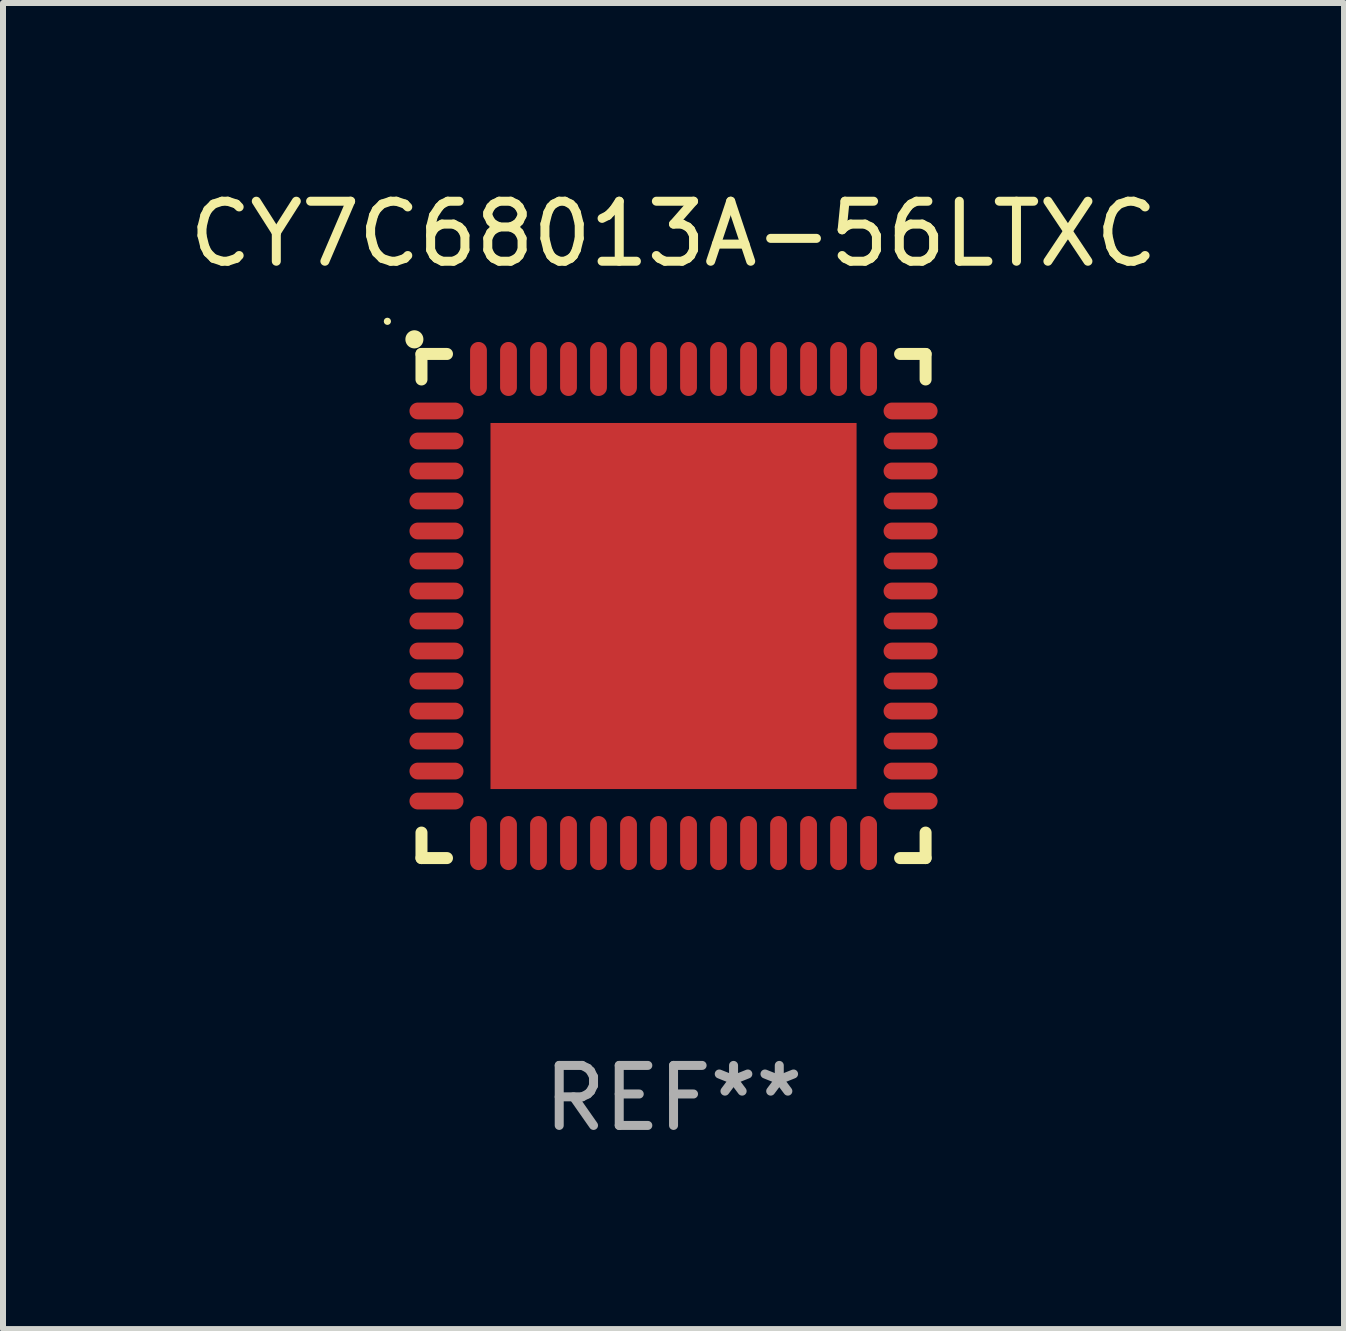
<source format=kicad_pcb>
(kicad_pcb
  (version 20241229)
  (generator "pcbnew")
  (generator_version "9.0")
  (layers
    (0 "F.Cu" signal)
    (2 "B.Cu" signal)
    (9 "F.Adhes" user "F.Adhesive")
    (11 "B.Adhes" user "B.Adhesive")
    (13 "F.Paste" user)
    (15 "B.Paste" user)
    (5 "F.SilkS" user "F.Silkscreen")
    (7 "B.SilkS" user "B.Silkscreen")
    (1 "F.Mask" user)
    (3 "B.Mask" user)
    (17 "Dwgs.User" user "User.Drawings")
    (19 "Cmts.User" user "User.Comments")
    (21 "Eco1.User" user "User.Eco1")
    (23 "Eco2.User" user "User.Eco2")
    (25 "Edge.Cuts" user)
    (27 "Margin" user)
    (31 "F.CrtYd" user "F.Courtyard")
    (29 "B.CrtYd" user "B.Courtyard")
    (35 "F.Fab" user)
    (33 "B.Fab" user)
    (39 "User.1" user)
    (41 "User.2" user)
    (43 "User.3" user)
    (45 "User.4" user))
  (footprint "CY7C68013A-56LTXC"
    (layer "F.Cu")
    (at 8.173 7.048)
    (property "Reference" "CY7C68013A-56LTXC" (at 0 -6.2 0) (layer "F.SilkS") (effects (font (size 1 1) (thickness 0.15))))
    (attr through_hole)
    (fp_line (start -4.2 -4.2) (end -3.775 -4.2) (stroke (width 0.2) (type solid)) (layer "F.SilkS"))
    (fp_line (start -4.2 -3.775) (end -4.2 -4.2) (stroke (width 0.2) (type solid)) (layer "F.SilkS"))
    (fp_line (start -4.2 3.775) (end -4.2 4.2) (stroke (width 0.2) (type solid)) (layer "F.SilkS"))
    (fp_line (start -4.2 4.2) (end -3.775 4.2) (stroke (width 0.2) (type solid)) (layer "F.SilkS"))
    (fp_line (start 3.775 4.2) (end 4.2 4.2) (stroke (width 0.2) (type solid)) (layer "F.SilkS"))
    (fp_line (start 4.2 -4.2) (end 3.775 -4.2) (stroke (width 0.2) (type solid)) (layer "F.SilkS"))
    (fp_line (start 4.2 -3.775) (end 4.2 -4.2) (stroke (width 0.2) (type solid)) (layer "F.SilkS"))
    (fp_line (start 4.2 4.2) (end 4.2 3.775) (stroke (width 0.2) (type solid)) (layer "F.SilkS"))
    (fp_arc (start -4.318009 -4.442469) (mid -4.318014 -4.443739) (end -4.318009 -4.445009) (stroke (width 0.3) (type solid)) (layer "F.SilkS"))
    (fp_circle (center -4.768 -4.744) (end -4.738 -4.744) (stroke (width 0.06) (type solid)) (fill no) (layer "F.SilkS"))
    (fp_text user "REF**" (at 0 8.2 0) (layer "F.Fab") (effects (font (size 1 1) (thickness 0.15))))
    (pad "1" smd oval (at -3.95 -3.25 90) (size 0.28 0.9) (layers "F.Cu" "F.Mask" "F.Paste"))
    (pad "2" smd oval (at -3.95 -2.75 90) (size 0.28 0.9) (layers "F.Cu" "F.Mask" "F.Paste"))
    (pad "3" smd oval (at -3.95 -2.25 90) (size 0.28 0.9) (layers "F.Cu" "F.Mask" "F.Paste"))
    (pad "4" smd oval (at -3.95 -1.75 90) (size 0.28 0.9) (layers "F.Cu" "F.Mask" "F.Paste"))
    (pad "5" smd oval (at -3.95 -1.25 90) (size 0.28 0.9) (layers "F.Cu" "F.Mask" "F.Paste"))
    (pad "6" smd oval (at -3.95 -0.75 90) (size 0.28 0.9) (layers "F.Cu" "F.Mask" "F.Paste"))
    (pad "7" smd oval (at -3.95 -0.25 90) (size 0.28 0.9) (layers "F.Cu" "F.Mask" "F.Paste"))
    (pad "8" smd oval (at -3.95 0.25 90) (size 0.28 0.9) (layers "F.Cu" "F.Mask" "F.Paste"))
    (pad "9" smd oval (at -3.95 0.75 90) (size 0.28 0.9) (layers "F.Cu" "F.Mask" "F.Paste"))
    (pad "10" smd oval (at -3.95 1.25 90) (size 0.28 0.9) (layers "F.Cu" "F.Mask" "F.Paste"))
    (pad "11" smd oval (at -3.95 1.75 90) (size 0.28 0.9) (layers "F.Cu" "F.Mask" "F.Paste"))
    (pad "12" smd oval (at -3.95 2.25 90) (size 0.28 0.9) (layers "F.Cu" "F.Mask" "F.Paste"))
    (pad "13" smd oval (at -3.95 2.75 90) (size 0.28 0.9) (layers "F.Cu" "F.Mask" "F.Paste"))
    (pad "14" smd oval (at -3.95 3.25 90) (size 0.28 0.9) (layers "F.Cu" "F.Mask" "F.Paste"))
    (pad "15" smd oval (at -3.25 3.95) (size 0.28 0.9) (layers "F.Cu" "F.Mask" "F.Paste"))
    (pad "16" smd oval (at -2.75 3.95) (size 0.28 0.9) (layers "F.Cu" "F.Mask" "F.Paste"))
    (pad "17" smd oval (at -2.25 3.95) (size 0.28 0.9) (layers "F.Cu" "F.Mask" "F.Paste"))
    (pad "18" smd oval (at -1.75 3.95) (size 0.28 0.9) (layers "F.Cu" "F.Mask" "F.Paste"))
    (pad "19" smd oval (at -1.25 3.95) (size 0.28 0.9) (layers "F.Cu" "F.Mask" "F.Paste"))
    (pad "20" smd oval (at -0.75 3.95) (size 0.28 0.9) (layers "F.Cu" "F.Mask" "F.Paste"))
    (pad "21" smd oval (at -0.25 3.95) (size 0.28 0.9) (layers "F.Cu" "F.Mask" "F.Paste"))
    (pad "22" smd oval (at 0.25 3.95) (size 0.28 0.9) (layers "F.Cu" "F.Mask" "F.Paste"))
    (pad "23" smd oval (at 0.75 3.95) (size 0.28 0.9) (layers "F.Cu" "F.Mask" "F.Paste"))
    (pad "24" smd oval (at 1.25 3.95) (size 0.28 0.9) (layers "F.Cu" "F.Mask" "F.Paste"))
    (pad "25" smd oval (at 1.75 3.95) (size 0.28 0.9) (layers "F.Cu" "F.Mask" "F.Paste"))
    (pad "26" smd oval (at 2.25 3.95) (size 0.28 0.9) (layers "F.Cu" "F.Mask" "F.Paste"))
    (pad "27" smd oval (at 2.75 3.95) (size 0.28 0.9) (layers "F.Cu" "F.Mask" "F.Paste"))
    (pad "28" smd oval (at 3.25 3.95) (size 0.28 0.9) (layers "F.Cu" "F.Mask" "F.Paste"))
    (pad "29" smd oval (at 3.95 3.25 90) (size 0.28 0.9) (layers "F.Cu" "F.Mask" "F.Paste"))
    (pad "30" smd oval (at 3.95 2.75 90) (size 0.28 0.9) (layers "F.Cu" "F.Mask" "F.Paste"))
    (pad "31" smd oval (at 3.95 2.25 90) (size 0.28 0.9) (layers "F.Cu" "F.Mask" "F.Paste"))
    (pad "32" smd oval (at 3.95 1.75 90) (size 0.28 0.9) (layers "F.Cu" "F.Mask" "F.Paste"))
    (pad "33" smd oval (at 3.95 1.25 90) (size 0.28 0.9) (layers "F.Cu" "F.Mask" "F.Paste"))
    (pad "34" smd oval (at 3.95 0.75 90) (size 0.28 0.9) (layers "F.Cu" "F.Mask" "F.Paste"))
    (pad "35" smd oval (at 3.95 0.25 90) (size 0.28 0.9) (layers "F.Cu" "F.Mask" "F.Paste"))
    (pad "36" smd oval (at 3.95 -0.25 90) (size 0.28 0.9) (layers "F.Cu" "F.Mask" "F.Paste"))
    (pad "37" smd oval (at 3.95 -0.75 90) (size 0.28 0.9) (layers "F.Cu" "F.Mask" "F.Paste"))
    (pad "38" smd oval (at 3.95 -1.25 90) (size 0.28 0.9) (layers "F.Cu" "F.Mask" "F.Paste"))
    (pad "39" smd oval (at 3.95 -1.75 90) (size 0.28 0.9) (layers "F.Cu" "F.Mask" "F.Paste"))
    (pad "40" smd oval (at 3.95 -2.25 90) (size 0.28 0.9) (layers "F.Cu" "F.Mask" "F.Paste"))
    (pad "41" smd oval (at 3.95 -2.75 90) (size 0.28 0.9) (layers "F.Cu" "F.Mask" "F.Paste"))
    (pad "42" smd oval (at 3.95 -3.25 90) (size 0.28 0.9) (layers "F.Cu" "F.Mask" "F.Paste"))
    (pad "43" smd oval (at 3.25 -3.95) (size 0.28 0.9) (layers "F.Cu" "F.Mask" "F.Paste"))
    (pad "44" smd oval (at 2.75 -3.95) (size 0.28 0.9) (layers "F.Cu" "F.Mask" "F.Paste"))
    (pad "45" smd oval (at 2.25 -3.95) (size 0.28 0.9) (layers "F.Cu" "F.Mask" "F.Paste"))
    (pad "46" smd oval (at 1.75 -3.95) (size 0.28 0.9) (layers "F.Cu" "F.Mask" "F.Paste"))
    (pad "47" smd oval (at 1.25 -3.95) (size 0.28 0.9) (layers "F.Cu" "F.Mask" "F.Paste"))
    (pad "48" smd oval (at 0.75 -3.95) (size 0.28 0.9) (layers "F.Cu" "F.Mask" "F.Paste"))
    (pad "49" smd oval (at 0.25 -3.95) (size 0.28 0.9) (layers "F.Cu" "F.Mask" "F.Paste"))
    (pad "50" smd oval (at -0.25 -3.95) (size 0.28 0.9) (layers "F.Cu" "F.Mask" "F.Paste"))
    (pad "51" smd oval (at -0.75 -3.95) (size 0.28 0.9) (layers "F.Cu" "F.Mask" "F.Paste"))
    (pad "52" smd oval (at -1.25 -3.95) (size 0.28 0.9) (layers "F.Cu" "F.Mask" "F.Paste"))
    (pad "53" smd oval (at -1.75 -3.95) (size 0.28 0.9) (layers "F.Cu" "F.Mask" "F.Paste"))
    (pad "54" smd oval (at -2.25 -3.95) (size 0.28 0.9) (layers "F.Cu" "F.Mask" "F.Paste"))
    (pad "55" smd oval (at -2.75 -3.95) (size 0.28 0.9) (layers "F.Cu" "F.Mask" "F.Paste"))
    (pad "56" smd oval (at -3.25 -3.95) (size 0.28 0.9) (layers "F.Cu" "F.Mask" "F.Paste"))
    (pad "57" smd rect (at 0 0) (size 6.1 6.1) (layers "F.Cu" "F.Mask" "F.Paste")))
  (gr_rect
    (start -3 -3)
    (end 19.345 19.096)
    (stroke (width 0.1) (type default))
    (fill no)
    (layer "Edge.Cuts")))
</source>
